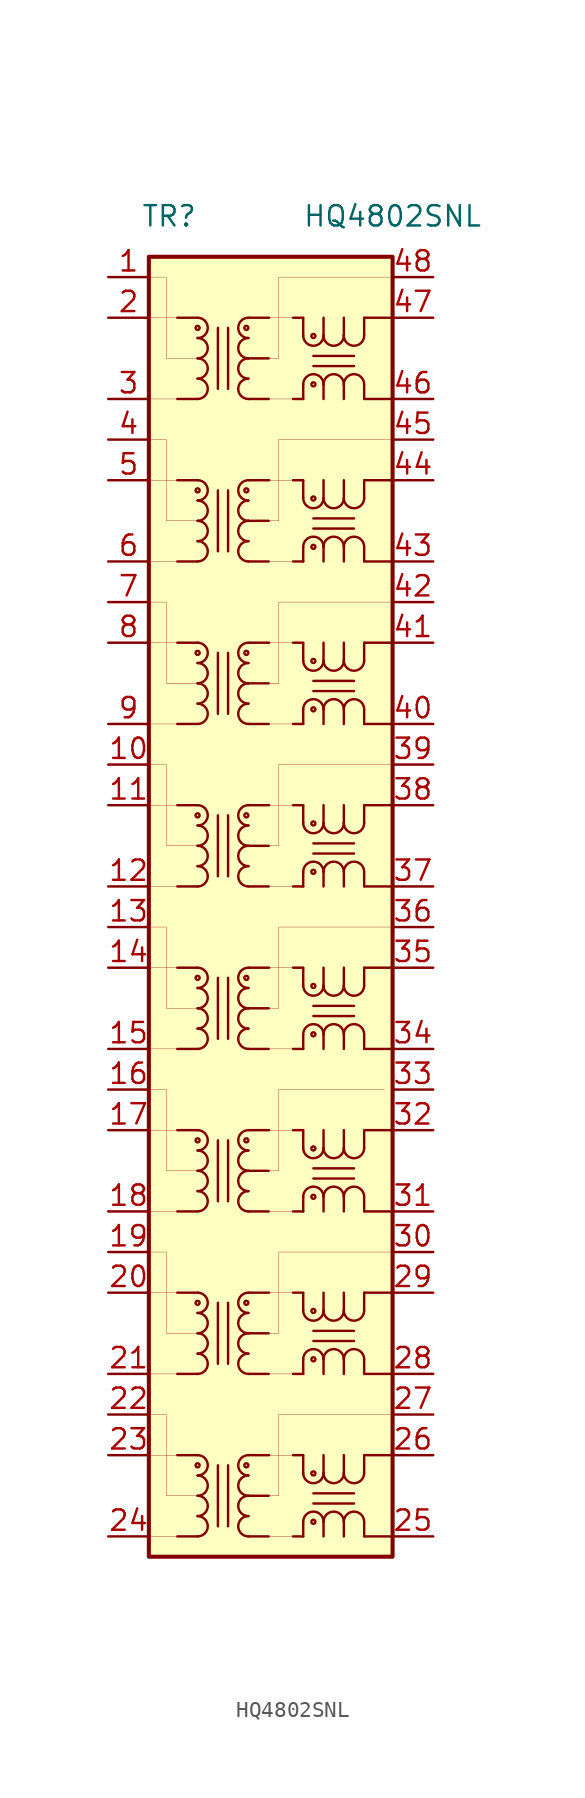
<source format=kicad_sym>
(kicad_symbol_lib
  (version 20201005)
  (generator kicad_symbol_editor)
  (symbol "CustomSymbols:HQ4802SNL"
    (pin_names hide)
    (property "Reference" "TR"
      (at -6.35 39.37 0)
      (effects (font (size 1.27 1.27))))
    (property "Value" "HQ4802SNL"
      (at 7.62 39.37 0)
      (effects (font (size 1.27 1.27))))
    (symbol "HQ4802SNL_0_0"
      (pin passive line (at 10.16 -43.18 180) (length 2.54) (name "TX8-" (effects (font (size 1.27 1.27)))) (number "25" (effects (font (size 1.27 1.27)))))
      (pin passive line (at 10.16 -38.1 180) (length 2.54) (name "TX8+" (effects (font (size 1.27 1.27)))) (number "26" (effects (font (size 1.27 1.27)))))
      (pin passive line (at 10.16 -35.56 180) (length 2.54) (name "CMT8" (effects (font (size 1.27 1.27)))) (number "27" (effects (font (size 1.27 1.27)))))
      (pin passive line (at 10.16 -33.02 180) (length 2.54) (name "TX7-" (effects (font (size 1.27 1.27)))) (number "28" (effects (font (size 1.27 1.27)))))
      (pin passive line (at 10.16 -27.94 180) (length 2.54) (name "TX7+" (effects (font (size 1.27 1.27)))) (number "29" (effects (font (size 1.27 1.27)))))
      (pin passive line (at 10.16 -25.4 180) (length 2.54) (name "CMT7" (effects (font (size 1.27 1.27)))) (number "30" (effects (font (size 1.27 1.27)))))
      (pin passive line (at 10.16 -22.86 180) (length 2.54) (name "TX6-" (effects (font (size 1.27 1.27)))) (number "31" (effects (font (size 1.27 1.27)))))
      (pin passive line (at 10.16 -17.78 180) (length 2.54) (name "TX6+" (effects (font (size 1.27 1.27)))) (number "32" (effects (font (size 1.27 1.27)))))
      (pin passive line (at 10.16 -15.24 180) (length 2.54) (name "CMT6" (effects (font (size 1.27 1.27)))) (number "33" (effects (font (size 1.27 1.27)))))
      (pin passive line (at 10.16 -12.7 180) (length 2.54) (name "TX5-" (effects (font (size 1.27 1.27)))) (number "34" (effects (font (size 1.27 1.27)))))
      (pin passive line (at 10.16 -7.62 180) (length 2.54) (name "TX5+" (effects (font (size 1.27 1.27)))) (number "35" (effects (font (size 1.27 1.27)))))
      (pin passive line (at 10.16 -5.08 180) (length 2.54) (name "CMT5" (effects (font (size 1.27 1.27)))) (number "36" (effects (font (size 1.27 1.27)))))
      (pin passive line (at 10.16 -2.54 180) (length 2.54) (name "TX4-" (effects (font (size 1.27 1.27)))) (number "37" (effects (font (size 1.27 1.27)))))
      (pin passive line (at 10.16 2.54 180) (length 2.54) (name "TX4+" (effects (font (size 1.27 1.27)))) (number "38" (effects (font (size 1.27 1.27)))))
      (pin passive line (at 10.16 5.08 180) (length 2.54) (name "CMT4" (effects (font (size 1.27 1.27)))) (number "39" (effects (font (size 1.27 1.27)))))
      (pin passive line (at 10.16 7.62 180) (length 2.54) (name "TX3-" (effects (font (size 1.27 1.27)))) (number "40" (effects (font (size 1.27 1.27)))))
      (pin passive line (at 10.16 12.7 180) (length 2.54) (name "TX3+" (effects (font (size 1.27 1.27)))) (number "41" (effects (font (size 1.27 1.27)))))
      (pin passive line (at 10.16 15.24 180) (length 2.54) (name "CMT3" (effects (font (size 1.27 1.27)))) (number "42" (effects (font (size 1.27 1.27)))))
      (pin passive line (at 10.16 17.78 180) (length 2.54) (name "TX2-" (effects (font (size 1.27 1.27)))) (number "43" (effects (font (size 1.27 1.27)))))
      (pin passive line (at 10.16 22.86 180) (length 2.54) (name "TX2+" (effects (font (size 1.27 1.27)))) (number "44" (effects (font (size 1.27 1.27)))))
      (pin passive line (at 10.16 25.4 180) (length 2.54) (name "CMT2" (effects (font (size 1.27 1.27)))) (number "45" (effects (font (size 1.27 1.27)))))
      (pin passive line (at 10.16 27.94 180) (length 2.54) (name "TX1-" (effects (font (size 1.27 1.27)))) (number "46" (effects (font (size 1.27 1.27)))))
      (pin passive line (at 10.16 33.02 180) (length 2.54) (name "TX1+" (effects (font (size 1.27 1.27)))) (number "47" (effects (font (size 1.27 1.27)))))
      (pin passive line (at 10.16 35.56 180) (length 2.54) (name "CMT1" (effects (font (size 1.27 1.27)))) (number "48" (effects (font (size 1.27 1.27))))))
    (symbol "HQ4802SNL_0_1"
      (rectangle (start -7.62 36.83) (end 7.62 -44.45) (stroke (width 0.254)) (fill (type background)))
      (polyline (pts (xy -7.62 -17.78) (xy -5.842 -17.78)) (stroke (width 0.001)) (fill (type none)))
      (polyline (pts (xy -7.62 -15.24) (xy -6.528 -15.24) (xy -6.528 -20.32) (xy -4.597 -20.32)) (stroke (width 0.001)) (fill (type none)))
      (polyline (pts (xy -7.62 -22.86) (xy -5.842 -22.86)) (stroke (width 0.001)) (fill (type none)))
      (polyline (pts (xy -0.127 -17.78) (xy 1.524 -17.78)) (stroke (width 0.001)) (fill (type none)))
      (polyline (pts (xy -0.127 -20.32) (xy 0.508 -20.32) (xy 0.508 -15.24)) (stroke (width 0.001)) (fill (type none)))
      (polyline (pts (xy 7.112 -15.24) (xy 0.508 -15.24)) (stroke (width 0.001)) (fill (type none)))
      (polyline (pts (xy -0.127 -22.86) (xy 1.397 -22.86)) (stroke (width 0.001)) (fill (type none)))
      (polyline (pts (xy -7.62 -27.94) (xy -5.842 -27.94)) (stroke (width 0.001)) (fill (type none)))
      (polyline (pts (xy -7.62 -25.4) (xy -6.528 -25.4) (xy -6.528 -30.48) (xy -4.597 -30.48)) (stroke (width 0.001)) (fill (type none)))
      (polyline (pts (xy -7.62 -33.02) (xy -5.842 -33.02)) (stroke (width 0.001)) (fill (type none)))
      (polyline (pts (xy -0.127 -27.94) (xy 1.524 -27.94)) (stroke (width 0.001)) (fill (type none)))
      (polyline (pts (xy -0.127 -30.48) (xy 0.508 -30.48) (xy 0.508 -25.4)) (stroke (width 0.001)) (fill (type none)))
      (polyline (pts (xy 7.62 -25.4) (xy 0.508 -25.4)) (stroke (width 0.001)) (fill (type none)))
      (polyline (pts (xy -0.127 -33.02) (xy 1.397 -33.02)) (stroke (width 0.001)) (fill (type none)))
      (polyline (pts (xy -7.62 -38.1) (xy -5.842 -38.1)) (stroke (width 0.001)) (fill (type none)))
      (polyline (pts (xy -7.62 -35.56) (xy -6.528 -35.56) (xy -6.528 -40.64) (xy -4.597 -40.64)) (stroke (width 0.001)) (fill (type none)))
      (polyline (pts (xy -7.62 -43.18) (xy -5.842 -43.18)) (stroke (width 0.001)) (fill (type none)))
      (polyline (pts (xy -0.127 -38.1) (xy 1.524 -38.1)) (stroke (width 0.001)) (fill (type none)))
      (polyline (pts (xy -0.127 -40.64) (xy 0.508 -40.64) (xy 0.508 -35.56)) (stroke (width 0.001)) (fill (type none)))
      (polyline (pts (xy 7.62 -35.56) (xy 0.508 -35.56)) (stroke (width 0.001)) (fill (type none)))
      (polyline (pts (xy -0.127 -43.18) (xy 1.397 -43.18)) (stroke (width 0.001)) (fill (type none)))
      (polyline (pts (xy -7.62 -7.62) (xy -5.842 -7.62)) (stroke (width 0.001)) (fill (type none)))
      (polyline (pts (xy -7.62 -5.08) (xy -6.528 -5.08) (xy -6.528 -10.16) (xy -4.597 -10.16)) (stroke (width 0.001)) (fill (type none)))
      (polyline (pts (xy -7.62 -12.7) (xy -5.842 -12.7)) (stroke (width 0.001)) (fill (type none)))
      (polyline (pts (xy -0.127 -7.62) (xy 1.524 -7.62)) (stroke (width 0.001)) (fill (type none)))
      (polyline (pts (xy -0.127 -10.16) (xy 0.508 -10.16) (xy 0.508 -5.08)) (stroke (width 0.001)) (fill (type none)))
      (polyline (pts (xy 7.62 -5.08) (xy 0.508 -5.08)) (stroke (width 0.001)) (fill (type none)))
      (polyline (pts (xy -0.127 -12.7) (xy 1.397 -12.7)) (stroke (width 0.001)) (fill (type none)))
      (polyline (pts (xy -7.62 33.02) (xy -5.842 33.02)) (stroke (width 0.001)) (fill (type none)))
      (polyline (pts (xy -7.62 35.56) (xy -6.528 35.56) (xy -6.528 30.48) (xy -4.597 30.48)) (stroke (width 0.001)) (fill (type none)))
      (polyline (pts (xy -7.62 27.94) (xy -5.842 27.94)) (stroke (width 0.001)) (fill (type none)))
      (polyline (pts (xy -0.127 33.02) (xy 1.524 33.02)) (stroke (width 0.001)) (fill (type none)))
      (polyline (pts (xy -0.127 30.48) (xy 0.508 30.48) (xy 0.508 35.56)) (stroke (width 0.001)) (fill (type none)))
      (polyline (pts (xy 7.62 35.56) (xy 0.508 35.56)) (stroke (width 0.001)) (fill (type none)))
      (polyline (pts (xy -0.127 27.94) (xy 1.397 27.94)) (stroke (width 0.001)) (fill (type none)))
      (polyline (pts (xy -7.62 22.86) (xy -5.842 22.86)) (stroke (width 0.001)) (fill (type none)))
      (polyline (pts (xy -7.62 25.4) (xy -6.528 25.4) (xy -6.528 20.32) (xy -4.597 20.32)) (stroke (width 0.001)) (fill (type none)))
      (polyline (pts (xy -7.62 17.78) (xy -5.842 17.78)) (stroke (width 0.001)) (fill (type none)))
      (polyline (pts (xy -0.127 22.86) (xy 1.524 22.86)) (stroke (width 0.001)) (fill (type none)))
      (polyline (pts (xy -0.127 20.32) (xy 0.508 20.32) (xy 0.508 25.4)) (stroke (width 0.001)) (fill (type none)))
      (polyline (pts (xy 7.62 25.4) (xy 0.508 25.4)) (stroke (width 0.001)) (fill (type none)))
      (polyline (pts (xy -0.127 17.78) (xy 1.397 17.78)) (stroke (width 0.001)) (fill (type none)))
      (polyline (pts (xy -7.62 12.7) (xy -5.842 12.7)) (stroke (width 0.001)) (fill (type none)))
      (polyline (pts (xy -7.62 15.24) (xy -6.528 15.24) (xy -6.528 10.16) (xy -4.597 10.16)) (stroke (width 0.001)) (fill (type none)))
      (polyline (pts (xy -7.62 7.62) (xy -5.842 7.62)) (stroke (width 0.001)) (fill (type none)))
      (polyline (pts (xy -0.127 12.7) (xy 1.524 12.7)) (stroke (width 0.001)) (fill (type none)))
      (polyline (pts (xy -0.127 10.16) (xy 0.508 10.16) (xy 0.508 15.24)) (stroke (width 0.001)) (fill (type none)))
      (polyline (pts (xy 7.62 15.24) (xy 0.508 15.24)) (stroke (width 0.001)) (fill (type none)))
      (polyline (pts (xy -0.127 7.62) (xy 1.397 7.62)) (stroke (width 0.001)) (fill (type none)))
      (polyline (pts (xy -7.62 2.54) (xy -5.842 2.54)) (stroke (width 0.001)) (fill (type none)))
      (polyline (pts (xy -7.62 5.08) (xy -6.528 5.08) (xy -6.528 0) (xy -4.597 0)) (stroke (width 0.001)) (fill (type none)))
      (polyline (pts (xy -7.62 -2.54) (xy -5.842 -2.54)) (stroke (width 0.001)) (fill (type none)))
      (polyline (pts (xy -0.127 2.54) (xy 1.524 2.54)) (stroke (width 0.001)) (fill (type none)))
      (polyline (pts (xy -0.127 0) (xy 0.508 0) (xy 0.508 5.08)) (stroke (width 0.001)) (fill (type none)))
      (polyline (pts (xy 7.62 5.08) (xy 0.508 5.08)) (stroke (width 0.001)) (fill (type none)))
      (polyline (pts (xy -0.127 -2.54) (xy 1.397 -2.54)) (stroke (width 0.001)) (fill (type none)))
      (pin passive line (at -10.16 35.56 0) (length 2.54) (name "TCT1" (effects (font (size 1.27 1.27)))) (number "1" (effects (font (size 1.27 1.27)))))
      (pin passive line (at -10.16 5.08 0) (length 2.54) (name "TCT4" (effects (font (size 1.27 1.27)))) (number "10" (effects (font (size 1.27 1.27)))))
      (pin passive line (at -10.16 2.54 0) (length 2.54) (name "TD4+" (effects (font (size 1.27 1.27)))) (number "11" (effects (font (size 1.27 1.27)))))
      (pin passive line (at -10.16 -2.54 0) (length 2.54) (name "TD4-" (effects (font (size 1.27 1.27)))) (number "12" (effects (font (size 1.27 1.27)))))
      (pin passive line (at -10.16 -5.08 0) (length 2.54) (name "TCT5" (effects (font (size 1.27 1.27)))) (number "13" (effects (font (size 1.27 1.27)))))
      (pin passive line (at -10.16 -7.62 0) (length 2.54) (name "TD5+" (effects (font (size 1.27 1.27)))) (number "14" (effects (font (size 1.27 1.27)))))
      (pin passive line (at -10.16 -12.7 0) (length 2.54) (name "TD5-" (effects (font (size 1.27 1.27)))) (number "15" (effects (font (size 1.27 1.27)))))
      (pin passive line (at -10.16 -15.24 0) (length 2.54) (name "TCT6" (effects (font (size 1.27 1.27)))) (number "16" (effects (font (size 1.27 1.27)))))
      (pin passive line (at -10.16 -17.78 0) (length 2.54) (name "TD6+" (effects (font (size 1.27 1.27)))) (number "17" (effects (font (size 1.27 1.27)))))
      (pin passive line (at -10.16 -22.86 0) (length 2.54) (name "TD6-" (effects (font (size 1.27 1.27)))) (number "18" (effects (font (size 1.27 1.27)))))
      (pin passive line (at -10.16 -25.4 0) (length 2.54) (name "TCT7" (effects (font (size 1.27 1.27)))) (number "19" (effects (font (size 1.27 1.27)))))
      (pin passive line (at -10.16 33.02 0) (length 2.54) (name "TD1+" (effects (font (size 1.27 1.27)))) (number "2" (effects (font (size 1.27 1.27)))))
      (pin passive line (at -10.16 -27.94 0) (length 2.54) (name "TD7+" (effects (font (size 1.27 1.27)))) (number "20" (effects (font (size 1.27 1.27)))))
      (pin passive line (at -10.16 -33.02 0) (length 2.54) (name "TD7-" (effects (font (size 1.27 1.27)))) (number "21" (effects (font (size 1.27 1.27)))))
      (pin passive line (at -10.16 -35.56 0) (length 2.54) (name "TCT8" (effects (font (size 1.27 1.27)))) (number "22" (effects (font (size 1.27 1.27)))))
      (pin passive line (at -10.16 -38.1 0) (length 2.54) (name "TD8+" (effects (font (size 1.27 1.27)))) (number "23" (effects (font (size 1.27 1.27)))))
      (pin passive line (at -10.16 -43.18 0) (length 2.54) (name "TD8-" (effects (font (size 1.27 1.27)))) (number "24" (effects (font (size 1.27 1.27)))))
      (pin passive line (at -10.16 27.94 0) (length 2.54) (name "TD1-" (effects (font (size 1.27 1.27)))) (number "3" (effects (font (size 1.27 1.27)))))
      (pin passive line (at -10.16 25.4 0) (length 2.54) (name "TCT2" (effects (font (size 1.27 1.27)))) (number "4" (effects (font (size 1.27 1.27)))))
      (pin passive line (at -10.16 22.86 0) (length 2.54) (name "TD2+" (effects (font (size 1.27 1.27)))) (number "5" (effects (font (size 1.27 1.27)))))
      (pin passive line (at -10.16 17.78 0) (length 2.54) (name "TD2-" (effects (font (size 1.27 1.27)))) (number "6" (effects (font (size 1.27 1.27)))))
      (pin passive line (at -10.16 15.24 0) (length 2.54) (name "TCT3" (effects (font (size 1.27 1.27)))) (number "7" (effects (font (size 1.27 1.27)))))
      (pin passive line (at -10.16 12.7 0) (length 2.54) (name "TD3+" (effects (font (size 1.27 1.27)))) (number "8" (effects (font (size 1.27 1.27)))))
      (pin passive line (at -10.16 7.62 0) (length 2.54) (name "TD3-" (effects (font (size 1.27 1.27)))) (number "9" (effects (font (size 1.27 1.27))))))
    (symbol "HQ4802SNL_1_1"
      (arc (start -1.397 -17.78) (end -1.397 -19.05) (radius (at -1.397 -18.415) (length 0.635) (angles 90.1 -90.1)) (stroke (width 0)) (fill (type none)))
      (arc (start -1.397 -19.05) (end -1.397 -20.32) (radius (at -1.397 -19.685) (length 0.635) (angles 90.1 -90.1)) (stroke (width 0)) (fill (type none)))
      (arc (start -1.397 -20.32) (end -1.397 -21.59) (radius (at -1.397 -20.955) (length 0.635) (angles 90.1 -90.1)) (stroke (width 0)) (fill (type none)))
      (arc (start -1.397 -21.59) (end -1.397 -22.86) (radius (at -1.397 -22.225) (length 0.635) (angles 90.1 -90.1)) (stroke (width 0)) (fill (type none)))
      (arc (start -4.572 -19.05) (end -4.572 -17.78) (radius (at -4.572 -18.415) (length 0.635) (angles -89.9 89.9)) (stroke (width 0)) (fill (type none)))
      (arc (start -4.572 -20.32) (end -4.572 -19.05) (radius (at -4.572 -19.685) (length 0.635) (angles -89.9 89.9)) (stroke (width 0)) (fill (type none)))
      (arc (start -4.572 -21.59) (end -4.572 -20.32) (radius (at -4.572 -20.955) (length 0.635) (angles -89.9 89.9)) (stroke (width 0)) (fill (type none)))
      (arc (start -4.572 -22.86) (end -4.572 -21.59) (radius (at -4.572 -22.225) (length 0.635) (angles -89.9 89.9)) (stroke (width 0)) (fill (type none)))
      (arc (start 4.572 -18.8976) (end 5.842 -18.8976) (radius (at 5.207 -18.8976) (length 0.635) (angles -179.9 -0.1)) (stroke (width 0)) (fill (type none)))
      (arc (start 3.302 -21.9456) (end 2.032 -21.9456) (radius (at 2.667 -21.9456) (length 0.635) (angles 0.1 179.9)) (stroke (width 0)) (fill (type none)))
      (arc (start 3.302 -18.8976) (end 4.572 -18.8976) (radius (at 3.937 -18.8976) (length 0.635) (angles -179.9 -0.1)) (stroke (width 0)) (fill (type none)))
      (arc (start 4.572 -21.9456) (end 3.302 -21.9456) (radius (at 3.937 -21.9456) (length 0.635) (angles 0.1 179.9)) (stroke (width 0)) (fill (type none)))
      (arc (start 2.032 -18.8976) (end 3.302 -18.8976) (radius (at 2.667 -18.8976) (length 0.635) (angles -179.9 -0.1)) (stroke (width 0)) (fill (type none)))
      (arc (start 5.842 -21.9456) (end 4.572 -21.9456) (radius (at 5.207 -21.9456) (length 0.635) (angles 0.1 179.9)) (stroke (width 0)) (fill (type none)))
      (arc (start -1.397 -27.94) (end -1.397 -29.21) (radius (at -1.397 -28.575) (length 0.635) (angles 90.1 -90.1)) (stroke (width 0)) (fill (type none)))
      (arc (start -1.397 -29.21) (end -1.397 -30.48) (radius (at -1.397 -29.845) (length 0.635) (angles 90.1 -90.1)) (stroke (width 0)) (fill (type none)))
      (arc (start -1.397 -30.48) (end -1.397 -31.75) (radius (at -1.397 -31.115) (length 0.635) (angles 90.1 -90.1)) (stroke (width 0)) (fill (type none)))
      (arc (start -1.397 -31.75) (end -1.397 -33.02) (radius (at -1.397 -32.385) (length 0.635) (angles 90.1 -90.1)) (stroke (width 0)) (fill (type none)))
      (arc (start -4.572 -29.21) (end -4.572 -27.94) (radius (at -4.572 -28.575) (length 0.635) (angles -89.9 89.9)) (stroke (width 0)) (fill (type none)))
      (arc (start -4.572 -30.48) (end -4.572 -29.21) (radius (at -4.572 -29.845) (length 0.635) (angles -89.9 89.9)) (stroke (width 0)) (fill (type none)))
      (arc (start -4.572 -31.75) (end -4.572 -30.48) (radius (at -4.572 -31.115) (length 0.635) (angles -89.9 89.9)) (stroke (width 0)) (fill (type none)))
      (arc (start -4.572 -33.02) (end -4.572 -31.75) (radius (at -4.572 -32.385) (length 0.635) (angles -89.9 89.9)) (stroke (width 0)) (fill (type none)))
      (arc (start 4.572 -29.0576) (end 5.842 -29.0576) (radius (at 5.207 -29.0576) (length 0.635) (angles -179.9 -0.1)) (stroke (width 0)) (fill (type none)))
      (arc (start 3.302 -32.1056) (end 2.032 -32.1056) (radius (at 2.667 -32.1056) (length 0.635) (angles 0.1 179.9)) (stroke (width 0)) (fill (type none)))
      (arc (start 3.302 -29.0576) (end 4.572 -29.0576) (radius (at 3.937 -29.0576) (length 0.635) (angles -179.9 -0.1)) (stroke (width 0)) (fill (type none)))
      (arc (start 4.572 -32.1056) (end 3.302 -32.1056) (radius (at 3.937 -32.1056) (length 0.635) (angles 0.1 179.9)) (stroke (width 0)) (fill (type none)))
      (arc (start 2.032 -29.0576) (end 3.302 -29.0576) (radius (at 2.667 -29.0576) (length 0.635) (angles -179.9 -0.1)) (stroke (width 0)) (fill (type none)))
      (arc (start 5.842 -32.1056) (end 4.572 -32.1056) (radius (at 5.207 -32.1056) (length 0.635) (angles 0.1 179.9)) (stroke (width 0)) (fill (type none)))
      (arc (start -1.397 -38.1) (end -1.397 -39.37) (radius (at -1.397 -38.735) (length 0.635) (angles 90.1 -90.1)) (stroke (width 0)) (fill (type none)))
      (arc (start -1.397 -39.37) (end -1.397 -40.64) (radius (at -1.397 -40.005) (length 0.635) (angles 90.1 -90.1)) (stroke (width 0)) (fill (type none)))
      (arc (start -1.397 -40.64) (end -1.397 -41.91) (radius (at -1.397 -41.275) (length 0.635) (angles 90.1 -90.1)) (stroke (width 0)) (fill (type none)))
      (arc (start -1.397 -41.91) (end -1.397 -43.18) (radius (at -1.397 -42.545) (length 0.635) (angles 90.1 -90.1)) (stroke (width 0)) (fill (type none)))
      (arc (start -4.572 -39.37) (end -4.572 -38.1) (radius (at -4.572 -38.735) (length 0.635) (angles -89.9 89.9)) (stroke (width 0)) (fill (type none)))
      (arc (start -4.572 -40.64) (end -4.572 -39.37) (radius (at -4.572 -40.005) (length 0.635) (angles -89.9 89.9)) (stroke (width 0)) (fill (type none)))
      (arc (start -4.572 -41.91) (end -4.572 -40.64) (radius (at -4.572 -41.275) (length 0.635) (angles -89.9 89.9)) (stroke (width 0)) (fill (type none)))
      (arc (start -4.572 -43.18) (end -4.572 -41.91) (radius (at -4.572 -42.545) (length 0.635) (angles -89.9 89.9)) (stroke (width 0)) (fill (type none)))
      (arc (start 4.572 -39.2176) (end 5.842 -39.2176) (radius (at 5.207 -39.2176) (length 0.635) (angles -179.9 -0.1)) (stroke (width 0)) (fill (type none)))
      (arc (start 3.302 -42.2656) (end 2.032 -42.2656) (radius (at 2.667 -42.2656) (length 0.635) (angles 0.1 179.9)) (stroke (width 0)) (fill (type none)))
      (arc (start 3.302 -39.2176) (end 4.572 -39.2176) (radius (at 3.937 -39.2176) (length 0.635) (angles -179.9 -0.1)) (stroke (width 0)) (fill (type none)))
      (arc (start 4.572 -42.2656) (end 3.302 -42.2656) (radius (at 3.937 -42.2656) (length 0.635) (angles 0.1 179.9)) (stroke (width 0)) (fill (type none)))
      (arc (start 2.032 -39.2176) (end 3.302 -39.2176) (radius (at 2.667 -39.2176) (length 0.635) (angles -179.9 -0.1)) (stroke (width 0)) (fill (type none)))
      (arc (start 5.842 -42.2656) (end 4.572 -42.2656) (radius (at 5.207 -42.2656) (length 0.635) (angles 0.1 179.9)) (stroke (width 0)) (fill (type none)))
      (arc (start -1.397 -7.62) (end -1.397 -8.89) (radius (at -1.397 -8.255) (length 0.635) (angles 90.1 -90.1)) (stroke (width 0)) (fill (type none)))
      (arc (start -1.397 -8.89) (end -1.397 -10.16) (radius (at -1.397 -9.525) (length 0.635) (angles 90.1 -90.1)) (stroke (width 0)) (fill (type none)))
      (arc (start -1.397 -10.16) (end -1.397 -11.43) (radius (at -1.397 -10.795) (length 0.635) (angles 90.1 -90.1)) (stroke (width 0)) (fill (type none)))
      (arc (start -1.397 -11.43) (end -1.397 -12.7) (radius (at -1.397 -12.065) (length 0.635) (angles 90.1 -90.1)) (stroke (width 0)) (fill (type none)))
      (arc (start -4.572 -8.89) (end -4.572 -7.62) (radius (at -4.572 -8.255) (length 0.635) (angles -89.9 89.9)) (stroke (width 0)) (fill (type none)))
      (arc (start -4.572 -10.16) (end -4.572 -8.89) (radius (at -4.572 -9.525) (length 0.635) (angles -89.9 89.9)) (stroke (width 0)) (fill (type none)))
      (arc (start -4.572 -11.43) (end -4.572 -10.16) (radius (at -4.572 -10.795) (length 0.635) (angles -89.9 89.9)) (stroke (width 0)) (fill (type none)))
      (arc (start -4.572 -12.7) (end -4.572 -11.43) (radius (at -4.572 -12.065) (length 0.635) (angles -89.9 89.9)) (stroke (width 0)) (fill (type none)))
      (arc (start 4.572 -8.7376) (end 5.842 -8.7376) (radius (at 5.207 -8.7376) (length 0.635) (angles -179.9 -0.1)) (stroke (width 0)) (fill (type none)))
      (arc (start 3.302 -11.7856) (end 2.032 -11.7856) (radius (at 2.667 -11.7856) (length 0.635) (angles 0.1 179.9)) (stroke (width 0)) (fill (type none)))
      (arc (start 3.302 -8.7376) (end 4.572 -8.7376) (radius (at 3.937 -8.7376) (length 0.635) (angles -179.9 -0.1)) (stroke (width 0)) (fill (type none)))
      (arc (start 4.572 -11.7856) (end 3.302 -11.7856) (radius (at 3.937 -11.7856) (length 0.635) (angles 0.1 179.9)) (stroke (width 0)) (fill (type none)))
      (arc (start 2.032 -8.7376) (end 3.302 -8.7376) (radius (at 2.667 -8.7376) (length 0.635) (angles -179.9 -0.1)) (stroke (width 0)) (fill (type none)))
      (arc (start 5.842 -11.7856) (end 4.572 -11.7856) (radius (at 5.207 -11.7856) (length 0.635) (angles 0.1 179.9)) (stroke (width 0)) (fill (type none)))
      (arc (start -1.397 33.02) (end -1.397 31.75) (radius (at -1.397 32.385) (length 0.635) (angles 90.1 -90.1)) (stroke (width 0)) (fill (type none)))
      (arc (start -1.397 31.75) (end -1.397 30.48) (radius (at -1.397 31.115) (length 0.635) (angles 90.1 -90.1)) (stroke (width 0)) (fill (type none)))
      (arc (start -1.397 30.48) (end -1.397 29.21) (radius (at -1.397 29.845) (length 0.635) (angles 90.1 -90.1)) (stroke (width 0)) (fill (type none)))
      (arc (start -1.397 29.21) (end -1.397 27.94) (radius (at -1.397 28.575) (length 0.635) (angles 90.1 -90.1)) (stroke (width 0)) (fill (type none)))
      (arc (start -4.572 31.75) (end -4.572 33.02) (radius (at -4.572 32.385) (length 0.635) (angles -89.9 89.9)) (stroke (width 0)) (fill (type none)))
      (arc (start -4.572 30.48) (end -4.572 31.75) (radius (at -4.572 31.115) (length 0.635) (angles -89.9 89.9)) (stroke (width 0)) (fill (type none)))
      (arc (start -4.572 29.21) (end -4.572 30.48) (radius (at -4.572 29.845) (length 0.635) (angles -89.9 89.9)) (stroke (width 0)) (fill (type none)))
      (arc (start -4.572 27.94) (end -4.572 29.21) (radius (at -4.572 28.575) (length 0.635) (angles -89.9 89.9)) (stroke (width 0)) (fill (type none)))
      (arc (start 4.572 31.9024) (end 5.842 31.9024) (radius (at 5.207 31.9024) (length 0.635) (angles -179.9 -0.1)) (stroke (width 0)) (fill (type none)))
      (arc (start 3.302 28.8544) (end 2.032 28.8544) (radius (at 2.667 28.8544) (length 0.635) (angles 0.1 179.9)) (stroke (width 0)) (fill (type none)))
      (arc (start 3.302 31.9024) (end 4.572 31.9024) (radius (at 3.937 31.9024) (length 0.635) (angles -179.9 -0.1)) (stroke (width 0)) (fill (type none)))
      (arc (start 4.572 28.8544) (end 3.302 28.8544) (radius (at 3.937 28.8544) (length 0.635) (angles 0.1 179.9)) (stroke (width 0)) (fill (type none)))
      (arc (start 2.032 31.9024) (end 3.302 31.9024) (radius (at 2.667 31.9024) (length 0.635) (angles -179.9 -0.1)) (stroke (width 0)) (fill (type none)))
      (arc (start 5.842 28.8544) (end 4.572 28.8544) (radius (at 5.207 28.8544) (length 0.635) (angles 0.1 179.9)) (stroke (width 0)) (fill (type none)))
      (arc (start -1.397 22.86) (end -1.397 21.59) (radius (at -1.397 22.225) (length 0.635) (angles 90.1 -90.1)) (stroke (width 0)) (fill (type none)))
      (arc (start -1.397 21.59) (end -1.397 20.32) (radius (at -1.397 20.955) (length 0.635) (angles 90.1 -90.1)) (stroke (width 0)) (fill (type none)))
      (arc (start -1.397 20.32) (end -1.397 19.05) (radius (at -1.397 19.685) (length 0.635) (angles 90.1 -90.1)) (stroke (width 0)) (fill (type none)))
      (arc (start -1.397 19.05) (end -1.397 17.78) (radius (at -1.397 18.415) (length 0.635) (angles 90.1 -90.1)) (stroke (width 0)) (fill (type none)))
      (arc (start -4.572 21.59) (end -4.572 22.86) (radius (at -4.572 22.225) (length 0.635) (angles -89.9 89.9)) (stroke (width 0)) (fill (type none)))
      (arc (start -4.572 20.32) (end -4.572 21.59) (radius (at -4.572 20.955) (length 0.635) (angles -89.9 89.9)) (stroke (width 0)) (fill (type none)))
      (arc (start -4.572 19.05) (end -4.572 20.32) (radius (at -4.572 19.685) (length 0.635) (angles -89.9 89.9)) (stroke (width 0)) (fill (type none)))
      (arc (start -4.572 17.78) (end -4.572 19.05) (radius (at -4.572 18.415) (length 0.635) (angles -89.9 89.9)) (stroke (width 0)) (fill (type none)))
      (arc (start 4.572 21.7424) (end 5.842 21.7424) (radius (at 5.207 21.7424) (length 0.635) (angles -179.9 -0.1)) (stroke (width 0)) (fill (type none)))
      (arc (start 3.302 18.6944) (end 2.032 18.6944) (radius (at 2.667 18.6944) (length 0.635) (angles 0.1 179.9)) (stroke (width 0)) (fill (type none)))
      (arc (start 3.302 21.7424) (end 4.572 21.7424) (radius (at 3.937 21.7424) (length 0.635) (angles -179.9 -0.1)) (stroke (width 0)) (fill (type none)))
      (arc (start 4.572 18.6944) (end 3.302 18.6944) (radius (at 3.937 18.6944) (length 0.635) (angles 0.1 179.9)) (stroke (width 0)) (fill (type none)))
      (arc (start 2.032 21.7424) (end 3.302 21.7424) (radius (at 2.667 21.7424) (length 0.635) (angles -179.9 -0.1)) (stroke (width 0)) (fill (type none)))
      (arc (start 5.842 18.6944) (end 4.572 18.6944) (radius (at 5.207 18.6944) (length 0.635) (angles 0.1 179.9)) (stroke (width 0)) (fill (type none)))
      (arc (start -1.397 12.7) (end -1.397 11.43) (radius (at -1.397 12.065) (length 0.635) (angles 90.1 -90.1)) (stroke (width 0)) (fill (type none)))
      (arc (start -1.397 11.43) (end -1.397 10.16) (radius (at -1.397 10.795) (length 0.635) (angles 90.1 -90.1)) (stroke (width 0)) (fill (type none)))
      (arc (start -1.397 10.16) (end -1.397 8.89) (radius (at -1.397 9.525) (length 0.635) (angles 90.1 -90.1)) (stroke (width 0)) (fill (type none)))
      (arc (start -1.397 8.89) (end -1.397 7.62) (radius (at -1.397 8.255) (length 0.635) (angles 90.1 -90.1)) (stroke (width 0)) (fill (type none)))
      (arc (start -4.572 11.43) (end -4.572 12.7) (radius (at -4.572 12.065) (length 0.635) (angles -89.9 89.9)) (stroke (width 0)) (fill (type none)))
      (arc (start -4.572 10.16) (end -4.572 11.43) (radius (at -4.572 10.795) (length 0.635) (angles -89.9 89.9)) (stroke (width 0)) (fill (type none)))
      (arc (start -4.572 8.89) (end -4.572 10.16) (radius (at -4.572 9.525) (length 0.635) (angles -89.9 89.9)) (stroke (width 0)) (fill (type none)))
      (arc (start -4.572 7.62) (end -4.572 8.89) (radius (at -4.572 8.255) (length 0.635) (angles -89.9 89.9)) (stroke (width 0)) (fill (type none)))
      (arc (start 4.572 11.5824) (end 5.842 11.5824) (radius (at 5.207 11.5824) (length 0.635) (angles -179.9 -0.1)) (stroke (width 0)) (fill (type none)))
      (arc (start 3.302 8.5344) (end 2.032 8.5344) (radius (at 2.667 8.5344) (length 0.635) (angles 0.1 179.9)) (stroke (width 0)) (fill (type none)))
      (arc (start 3.302 11.5824) (end 4.572 11.5824) (radius (at 3.937 11.5824) (length 0.635) (angles -179.9 -0.1)) (stroke (width 0)) (fill (type none)))
      (arc (start 4.572 8.5344) (end 3.302 8.5344) (radius (at 3.937 8.5344) (length 0.635) (angles 0.1 179.9)) (stroke (width 0)) (fill (type none)))
      (arc (start 2.032 11.5824) (end 3.302 11.5824) (radius (at 2.667 11.5824) (length 0.635) (angles -179.9 -0.1)) (stroke (width 0)) (fill (type none)))
      (arc (start 5.842 8.5344) (end 4.572 8.5344) (radius (at 5.207 8.5344) (length 0.635) (angles 0.1 179.9)) (stroke (width 0)) (fill (type none)))
      (arc (start -1.397 2.54) (end -1.397 1.27) (radius (at -1.397 1.905) (length 0.635) (angles 90.1 -90.1)) (stroke (width 0)) (fill (type none)))
      (arc (start -1.397 1.27) (end -1.397 0) (radius (at -1.397 0.635) (length 0.635) (angles 90.1 -90.1)) (stroke (width 0)) (fill (type none)))
      (arc (start -1.397 0) (end -1.397 -1.27) (radius (at -1.397 -0.635) (length 0.635) (angles 90.1 -90.1)) (stroke (width 0)) (fill (type none)))
      (arc (start -1.397 -1.27) (end -1.397 -2.54) (radius (at -1.397 -1.905) (length 0.635) (angles 90.1 -90.1)) (stroke (width 0)) (fill (type none)))
      (arc (start -4.572 1.27) (end -4.572 2.54) (radius (at -4.572 1.905) (length 0.635) (angles -89.9 89.9)) (stroke (width 0)) (fill (type none)))
      (arc (start -4.572 0) (end -4.572 1.27) (radius (at -4.572 0.635) (length 0.635) (angles -89.9 89.9)) (stroke (width 0)) (fill (type none)))
      (arc (start -4.572 -1.27) (end -4.572 0) (radius (at -4.572 -0.635) (length 0.635) (angles -89.9 89.9)) (stroke (width 0)) (fill (type none)))
      (arc (start -4.572 -2.54) (end -4.572 -1.27) (radius (at -4.572 -1.905) (length 0.635) (angles -89.9 89.9)) (stroke (width 0)) (fill (type none)))
      (arc (start 4.572 1.4224) (end 5.842 1.4224) (radius (at 5.207 1.4224) (length 0.635) (angles -179.9 -0.1)) (stroke (width 0)) (fill (type none)))
      (arc (start 3.302 -1.6256) (end 2.032 -1.6256) (radius (at 2.667 -1.6256) (length 0.635) (angles 0.1 179.9)) (stroke (width 0)) (fill (type none)))
      (arc (start 3.302 1.4224) (end 4.572 1.4224) (radius (at 3.937 1.4224) (length 0.635) (angles -179.9 -0.1)) (stroke (width 0)) (fill (type none)))
      (arc (start 4.572 -1.6256) (end 3.302 -1.6256) (radius (at 3.937 -1.6256) (length 0.635) (angles 0.1 179.9)) (stroke (width 0)) (fill (type none)))
      (arc (start 2.032 1.4224) (end 3.302 1.4224) (radius (at 2.667 1.4224) (length 0.635) (angles -179.9 -0.1)) (stroke (width 0)) (fill (type none)))
      (arc (start 5.842 -1.6256) (end 4.572 -1.6256) (radius (at 5.207 -1.6256) (length 0.635) (angles 0.1 179.9)) (stroke (width 0)) (fill (type none)))
      (circle (center -1.524 -18.415) (radius 0.127) (stroke (width 0)) (fill (type none)))
      (circle (center -4.572 -18.415) (radius 0.127) (stroke (width 0)) (fill (type none)))
      (circle (center 2.667 -18.923) (radius 0.127) (stroke (width 0)) (fill (type none)))
      (circle (center 2.667 -21.946) (radius 0.127) (stroke (width 0)) (fill (type none)))
      (circle (center -1.524 -28.575) (radius 0.127) (stroke (width 0)) (fill (type none)))
      (circle (center -4.572 -28.575) (radius 0.127) (stroke (width 0)) (fill (type none)))
      (circle (center 2.667 -29.083) (radius 0.127) (stroke (width 0)) (fill (type none)))
      (circle (center 2.667 -32.106) (radius 0.127) (stroke (width 0)) (fill (type none)))
      (circle (center -1.524 -38.735) (radius 0.127) (stroke (width 0)) (fill (type none)))
      (circle (center -4.572 -38.735) (radius 0.127) (stroke (width 0)) (fill (type none)))
      (circle (center 2.667 -39.243) (radius 0.127) (stroke (width 0)) (fill (type none)))
      (circle (center 2.667 -42.266) (radius 0.127) (stroke (width 0)) (fill (type none)))
      (circle (center -1.524 -8.255) (radius 0.127) (stroke (width 0)) (fill (type none)))
      (circle (center -4.572 -8.255) (radius 0.127) (stroke (width 0)) (fill (type none)))
      (circle (center 2.667 -8.763) (radius 0.127) (stroke (width 0)) (fill (type none)))
      (circle (center 2.667 -11.786) (radius 0.127) (stroke (width 0)) (fill (type none)))
      (circle (center -1.524 32.385) (radius 0.127) (stroke (width 0)) (fill (type none)))
      (circle (center -4.572 32.385) (radius 0.127) (stroke (width 0)) (fill (type none)))
      (circle (center 2.667 31.877) (radius 0.127) (stroke (width 0)) (fill (type none)))
      (circle (center 2.667 28.854) (radius 0.127) (stroke (width 0)) (fill (type none)))
      (circle (center -1.524 22.225) (radius 0.127) (stroke (width 0)) (fill (type none)))
      (circle (center -4.572 22.225) (radius 0.127) (stroke (width 0)) (fill (type none)))
      (circle (center 2.667 21.717) (radius 0.127) (stroke (width 0)) (fill (type none)))
      (circle (center 2.667 18.694) (radius 0.127) (stroke (width 0)) (fill (type none)))
      (circle (center -1.524 12.065) (radius 0.127) (stroke (width 0)) (fill (type none)))
      (circle (center -4.572 12.065) (radius 0.127) (stroke (width 0)) (fill (type none)))
      (circle (center 2.667 11.557) (radius 0.127) (stroke (width 0)) (fill (type none)))
      (circle (center 2.667 8.534) (radius 0.127) (stroke (width 0)) (fill (type none)))
      (circle (center -1.524 1.905) (radius 0.127) (stroke (width 0)) (fill (type none)))
      (circle (center -4.572 1.905) (radius 0.127) (stroke (width 0)) (fill (type none)))
      (circle (center 2.667 1.397) (radius 0.127) (stroke (width 0)) (fill (type none)))
      (circle (center 2.667 -1.626) (radius 0.127) (stroke (width 0)) (fill (type none)))
      (polyline (pts (xy -2.667 -22.225) (xy -2.667 -18.415)) (stroke (width 0)) (fill (type none)))
      (polyline (pts (xy -3.302 -22.225) (xy -3.302 -18.415)) (stroke (width 0)) (fill (type none)))
      (polyline (pts (xy -5.842 -17.78) (xy -4.572 -17.78)) (stroke (width 0)) (fill (type none)))
      (polyline (pts (xy -5.842 -22.86) (xy -4.572 -22.86)) (stroke (width 0)) (fill (type none)))
      (polyline (pts (xy -1.372 -17.78) (xy -0.102 -17.78)) (stroke (width 0)) (fill (type none)))
      (polyline (pts (xy -1.397 -20.32) (xy -0.127 -20.32)) (stroke (width 0)) (fill (type none)))
      (polyline (pts (xy -1.397 -22.86) (xy -0.127 -22.86)) (stroke (width 0)) (fill (type none)))
      (polyline (pts (xy 5.207 -20.168) (xy 2.667 -20.168)) (stroke (width 0)) (fill (type none)))
      (polyline (pts (xy 5.207 -20.803) (xy 2.667 -20.803)) (stroke (width 0)) (fill (type none)))
      (polyline (pts (xy 2.032 -18.898) (xy 2.032 -17.805)) (stroke (width 0)) (fill (type none)))
      (polyline (pts (xy 2.032 -22.86) (xy 2.032 -21.971)) (stroke (width 0)) (fill (type none)))
      (polyline (pts (xy 3.302 -22.86) (xy 3.302 -21.971)) (stroke (width 0)) (fill (type none)))
      (polyline (pts (xy 4.572 -22.86) (xy 4.572 -21.971)) (stroke (width 0)) (fill (type none)))
      (polyline (pts (xy 5.842 -22.86) (xy 5.842 -21.971)) (stroke (width 0)) (fill (type none)))
      (polyline (pts (xy 3.302 -18.898) (xy 3.302 -17.78)) (stroke (width 0)) (fill (type none)))
      (polyline (pts (xy 4.572 -18.898) (xy 4.572 -17.78)) (stroke (width 0)) (fill (type none)))
      (polyline (pts (xy 5.842 -18.898) (xy 5.842 -17.78)) (stroke (width 0)) (fill (type none)))
      (polyline (pts (xy 5.867 -17.78) (xy 7.62 -17.78)) (stroke (width 0)) (fill (type none)))
      (polyline (pts (xy 5.867 -22.86) (xy 7.62 -22.86)) (stroke (width 0)) (fill (type none)))
      (polyline (pts (xy 1.397 -22.86) (xy 2.032 -22.86)) (stroke (width 0)) (fill (type none)))
      (polyline (pts (xy 1.397 -17.78) (xy 2.032 -17.78)) (stroke (width 0)) (fill (type none)))
      (polyline (pts (xy -2.667 -32.385) (xy -2.667 -28.575)) (stroke (width 0)) (fill (type none)))
      (polyline (pts (xy -3.302 -32.385) (xy -3.302 -28.575)) (stroke (width 0)) (fill (type none)))
      (polyline (pts (xy -5.842 -27.94) (xy -4.572 -27.94)) (stroke (width 0)) (fill (type none)))
      (polyline (pts (xy -5.842 -33.02) (xy -4.572 -33.02)) (stroke (width 0)) (fill (type none)))
      (polyline (pts (xy -1.372 -27.94) (xy -0.102 -27.94)) (stroke (width 0)) (fill (type none)))
      (polyline (pts (xy -1.397 -30.48) (xy -0.127 -30.48)) (stroke (width 0)) (fill (type none)))
      (polyline (pts (xy -1.397 -33.02) (xy -0.127 -33.02)) (stroke (width 0)) (fill (type none)))
      (polyline (pts (xy 5.207 -30.328) (xy 2.667 -30.328)) (stroke (width 0)) (fill (type none)))
      (polyline (pts (xy 5.207 -30.963) (xy 2.667 -30.963)) (stroke (width 0)) (fill (type none)))
      (polyline (pts (xy 2.032 -29.058) (xy 2.032 -27.965)) (stroke (width 0)) (fill (type none)))
      (polyline (pts (xy 2.032 -33.02) (xy 2.032 -32.131)) (stroke (width 0)) (fill (type none)))
      (polyline (pts (xy 3.302 -33.02) (xy 3.302 -32.131)) (stroke (width 0)) (fill (type none)))
      (polyline (pts (xy 4.572 -33.02) (xy 4.572 -32.131)) (stroke (width 0)) (fill (type none)))
      (polyline (pts (xy 5.842 -33.02) (xy 5.842 -32.131)) (stroke (width 0)) (fill (type none)))
      (polyline (pts (xy 3.302 -29.058) (xy 3.302 -27.94)) (stroke (width 0)) (fill (type none)))
      (polyline (pts (xy 4.572 -29.058) (xy 4.572 -27.94)) (stroke (width 0)) (fill (type none)))
      (polyline (pts (xy 5.842 -29.058) (xy 5.842 -27.94)) (stroke (width 0)) (fill (type none)))
      (polyline (pts (xy 5.867 -27.94) (xy 7.62 -27.94)) (stroke (width 0)) (fill (type none)))
      (polyline (pts (xy 5.867 -33.02) (xy 7.62 -33.02)) (stroke (width 0)) (fill (type none)))
      (polyline (pts (xy 1.397 -33.02) (xy 2.032 -33.02)) (stroke (width 0)) (fill (type none)))
      (polyline (pts (xy 1.397 -27.94) (xy 2.032 -27.94)) (stroke (width 0)) (fill (type none)))
      (polyline (pts (xy -2.667 -42.545) (xy -2.667 -38.735)) (stroke (width 0)) (fill (type none)))
      (polyline (pts (xy -3.302 -42.545) (xy -3.302 -38.735)) (stroke (width 0)) (fill (type none)))
      (polyline (pts (xy -5.842 -38.1) (xy -4.572 -38.1)) (stroke (width 0)) (fill (type none)))
      (polyline (pts (xy -5.842 -43.18) (xy -4.572 -43.18)) (stroke (width 0)) (fill (type none)))
      (polyline (pts (xy -1.372 -38.1) (xy -0.102 -38.1)) (stroke (width 0)) (fill (type none)))
      (polyline (pts (xy -1.397 -40.64) (xy -0.127 -40.64)) (stroke (width 0)) (fill (type none)))
      (polyline (pts (xy -1.397 -43.18) (xy -0.127 -43.18)) (stroke (width 0)) (fill (type none)))
      (polyline (pts (xy 5.207 -40.488) (xy 2.667 -40.488)) (stroke (width 0)) (fill (type none)))
      (polyline (pts (xy 5.207 -41.123) (xy 2.667 -41.123)) (stroke (width 0)) (fill (type none)))
      (polyline (pts (xy 2.032 -39.218) (xy 2.032 -38.125)) (stroke (width 0)) (fill (type none)))
      (polyline (pts (xy 2.032 -43.18) (xy 2.032 -42.291)) (stroke (width 0)) (fill (type none)))
      (polyline (pts (xy 3.302 -43.18) (xy 3.302 -42.291)) (stroke (width 0)) (fill (type none)))
      (polyline (pts (xy 4.572 -43.18) (xy 4.572 -42.291)) (stroke (width 0)) (fill (type none)))
      (polyline (pts (xy 5.842 -43.18) (xy 5.842 -42.291)) (stroke (width 0)) (fill (type none)))
      (polyline (pts (xy 3.302 -39.218) (xy 3.302 -38.1)) (stroke (width 0)) (fill (type none)))
      (polyline (pts (xy 4.572 -39.218) (xy 4.572 -38.1)) (stroke (width 0)) (fill (type none)))
      (polyline (pts (xy 5.842 -39.218) (xy 5.842 -38.1)) (stroke (width 0)) (fill (type none)))
      (polyline (pts (xy 5.867 -38.1) (xy 7.62 -38.1)) (stroke (width 0)) (fill (type none)))
      (polyline (pts (xy 5.867 -43.18) (xy 7.62 -43.18)) (stroke (width 0)) (fill (type none)))
      (polyline (pts (xy 1.397 -43.18) (xy 2.032 -43.18)) (stroke (width 0)) (fill (type none)))
      (polyline (pts (xy 1.397 -38.1) (xy 2.032 -38.1)) (stroke (width 0)) (fill (type none)))
      (polyline (pts (xy -2.667 -12.065) (xy -2.667 -8.255)) (stroke (width 0)) (fill (type none)))
      (polyline (pts (xy -3.302 -12.065) (xy -3.302 -8.255)) (stroke (width 0)) (fill (type none)))
      (polyline (pts (xy -5.842 -7.62) (xy -4.572 -7.62)) (stroke (width 0)) (fill (type none)))
      (polyline (pts (xy -5.842 -12.7) (xy -4.572 -12.7)) (stroke (width 0)) (fill (type none)))
      (polyline (pts (xy -1.372 -7.62) (xy -0.102 -7.62)) (stroke (width 0)) (fill (type none)))
      (polyline (pts (xy -1.397 -10.16) (xy -0.127 -10.16)) (stroke (width 0)) (fill (type none)))
      (polyline (pts (xy -1.397 -12.7) (xy -0.127 -12.7)) (stroke (width 0)) (fill (type none)))
      (polyline (pts (xy 5.207 -10.008) (xy 2.667 -10.008)) (stroke (width 0)) (fill (type none)))
      (polyline (pts (xy 5.207 -10.643) (xy 2.667 -10.643)) (stroke (width 0)) (fill (type none)))
      (polyline (pts (xy 2.032 -8.738) (xy 2.032 -7.645)) (stroke (width 0)) (fill (type none)))
      (polyline (pts (xy 2.032 -12.7) (xy 2.032 -11.811)) (stroke (width 0)) (fill (type none)))
      (polyline (pts (xy 3.302 -12.7) (xy 3.302 -11.811)) (stroke (width 0)) (fill (type none)))
      (polyline (pts (xy 4.572 -12.7) (xy 4.572 -11.811)) (stroke (width 0)) (fill (type none)))
      (polyline (pts (xy 5.842 -12.7) (xy 5.842 -11.811)) (stroke (width 0)) (fill (type none)))
      (polyline (pts (xy 3.302 -8.738) (xy 3.302 -7.62)) (stroke (width 0)) (fill (type none)))
      (polyline (pts (xy 4.572 -8.738) (xy 4.572 -7.62)) (stroke (width 0)) (fill (type none)))
      (polyline (pts (xy 5.842 -8.738) (xy 5.842 -7.62)) (stroke (width 0)) (fill (type none)))
      (polyline (pts (xy 5.867 -7.62) (xy 7.62 -7.62)) (stroke (width 0)) (fill (type none)))
      (polyline (pts (xy 5.867 -12.7) (xy 7.62 -12.7)) (stroke (width 0)) (fill (type none)))
      (polyline (pts (xy 1.397 -12.7) (xy 2.032 -12.7)) (stroke (width 0)) (fill (type none)))
      (polyline (pts (xy 1.397 -7.62) (xy 2.032 -7.62)) (stroke (width 0)) (fill (type none)))
      (polyline (pts (xy -2.667 28.575) (xy -2.667 32.385)) (stroke (width 0)) (fill (type none)))
      (polyline (pts (xy -3.302 28.575) (xy -3.302 32.385)) (stroke (width 0)) (fill (type none)))
      (polyline (pts (xy -5.842 33.02) (xy -4.572 33.02)) (stroke (width 0)) (fill (type none)))
      (polyline (pts (xy -5.842 27.94) (xy -4.572 27.94)) (stroke (width 0)) (fill (type none)))
      (polyline (pts (xy -1.372 33.02) (xy -0.102 33.02)) (stroke (width 0)) (fill (type none)))
      (polyline (pts (xy -1.397 30.48) (xy -0.127 30.48)) (stroke (width 0)) (fill (type none)))
      (polyline (pts (xy -1.397 27.94) (xy -0.127 27.94)) (stroke (width 0)) (fill (type none)))
      (polyline (pts (xy 5.207 30.632) (xy 2.667 30.632)) (stroke (width 0)) (fill (type none)))
      (polyline (pts (xy 5.207 29.997) (xy 2.667 29.997)) (stroke (width 0)) (fill (type none)))
      (polyline (pts (xy 2.032 31.902) (xy 2.032 32.995)) (stroke (width 0)) (fill (type none)))
      (polyline (pts (xy 2.032 27.94) (xy 2.032 28.829)) (stroke (width 0)) (fill (type none)))
      (polyline (pts (xy 3.302 27.94) (xy 3.302 28.829)) (stroke (width 0)) (fill (type none)))
      (polyline (pts (xy 4.572 27.94) (xy 4.572 28.829)) (stroke (width 0)) (fill (type none)))
      (polyline (pts (xy 5.842 27.94) (xy 5.842 28.829)) (stroke (width 0)) (fill (type none)))
      (polyline (pts (xy 3.302 31.902) (xy 3.302 33.02)) (stroke (width 0)) (fill (type none)))
      (polyline (pts (xy 4.572 31.902) (xy 4.572 33.02)) (stroke (width 0)) (fill (type none)))
      (polyline (pts (xy 5.842 31.902) (xy 5.842 33.02)) (stroke (width 0)) (fill (type none)))
      (polyline (pts (xy 5.867 33.02) (xy 7.62 33.02)) (stroke (width 0)) (fill (type none)))
      (polyline (pts (xy 5.867 27.94) (xy 7.62 27.94)) (stroke (width 0)) (fill (type none)))
      (polyline (pts (xy 1.397 27.94) (xy 2.032 27.94)) (stroke (width 0)) (fill (type none)))
      (polyline (pts (xy 1.397 33.02) (xy 2.032 33.02)) (stroke (width 0)) (fill (type none)))
      (polyline (pts (xy -2.667 18.415) (xy -2.667 22.225)) (stroke (width 0)) (fill (type none)))
      (polyline (pts (xy -3.302 18.415) (xy -3.302 22.225)) (stroke (width 0)) (fill (type none)))
      (polyline (pts (xy -5.842 22.86) (xy -4.572 22.86)) (stroke (width 0)) (fill (type none)))
      (polyline (pts (xy -5.842 17.78) (xy -4.572 17.78)) (stroke (width 0)) (fill (type none)))
      (polyline (pts (xy -1.372 22.86) (xy -0.102 22.86)) (stroke (width 0)) (fill (type none)))
      (polyline (pts (xy -1.397 20.32) (xy -0.127 20.32)) (stroke (width 0)) (fill (type none)))
      (polyline (pts (xy -1.397 17.78) (xy -0.127 17.78)) (stroke (width 0)) (fill (type none)))
      (polyline (pts (xy 5.207 20.472) (xy 2.667 20.472)) (stroke (width 0)) (fill (type none)))
      (polyline (pts (xy 5.207 19.837) (xy 2.667 19.837)) (stroke (width 0)) (fill (type none)))
      (polyline (pts (xy 2.032 21.742) (xy 2.032 22.835)) (stroke (width 0)) (fill (type none)))
      (polyline (pts (xy 2.032 17.78) (xy 2.032 18.669)) (stroke (width 0)) (fill (type none)))
      (polyline (pts (xy 3.302 17.78) (xy 3.302 18.669)) (stroke (width 0)) (fill (type none)))
      (polyline (pts (xy 4.572 17.78) (xy 4.572 18.669)) (stroke (width 0)) (fill (type none)))
      (polyline (pts (xy 5.842 17.78) (xy 5.842 18.669)) (stroke (width 0)) (fill (type none)))
      (polyline (pts (xy 3.302 21.742) (xy 3.302 22.86)) (stroke (width 0)) (fill (type none)))
      (polyline (pts (xy 4.572 21.742) (xy 4.572 22.86)) (stroke (width 0)) (fill (type none)))
      (polyline (pts (xy 5.842 21.742) (xy 5.842 22.86)) (stroke (width 0)) (fill (type none)))
      (polyline (pts (xy 5.867 22.86) (xy 7.62 22.86)) (stroke (width 0)) (fill (type none)))
      (polyline (pts (xy 5.867 17.78) (xy 7.62 17.78)) (stroke (width 0)) (fill (type none)))
      (polyline (pts (xy 1.397 17.78) (xy 2.032 17.78)) (stroke (width 0)) (fill (type none)))
      (polyline (pts (xy 1.397 22.86) (xy 2.032 22.86)) (stroke (width 0)) (fill (type none)))
      (polyline (pts (xy -2.667 8.255) (xy -2.667 12.065)) (stroke (width 0)) (fill (type none)))
      (polyline (pts (xy -3.302 8.255) (xy -3.302 12.065)) (stroke (width 0)) (fill (type none)))
      (polyline (pts (xy -5.842 12.7) (xy -4.572 12.7)) (stroke (width 0)) (fill (type none)))
      (polyline (pts (xy -5.842 7.62) (xy -4.572 7.62)) (stroke (width 0)) (fill (type none)))
      (polyline (pts (xy -1.372 12.7) (xy -0.102 12.7)) (stroke (width 0)) (fill (type none)))
      (polyline (pts (xy -1.397 10.16) (xy -0.127 10.16)) (stroke (width 0)) (fill (type none)))
      (polyline (pts (xy -1.397 7.62) (xy -0.127 7.62)) (stroke (width 0)) (fill (type none)))
      (polyline (pts (xy 5.207 10.312) (xy 2.667 10.312)) (stroke (width 0)) (fill (type none)))
      (polyline (pts (xy 5.207 9.677) (xy 2.667 9.677)) (stroke (width 0)) (fill (type none)))
      (polyline (pts (xy 2.032 11.582) (xy 2.032 12.675)) (stroke (width 0)) (fill (type none)))
      (polyline (pts (xy 2.032 7.62) (xy 2.032 8.509)) (stroke (width 0)) (fill (type none)))
      (polyline (pts (xy 3.302 7.62) (xy 3.302 8.509)) (stroke (width 0)) (fill (type none)))
      (polyline (pts (xy 4.572 7.62) (xy 4.572 8.509)) (stroke (width 0)) (fill (type none)))
      (polyline (pts (xy 5.842 7.62) (xy 5.842 8.509)) (stroke (width 0)) (fill (type none)))
      (polyline (pts (xy 3.302 11.582) (xy 3.302 12.7)) (stroke (width 0)) (fill (type none)))
      (polyline (pts (xy 4.572 11.582) (xy 4.572 12.7)) (stroke (width 0)) (fill (type none)))
      (polyline (pts (xy 5.842 11.582) (xy 5.842 12.7)) (stroke (width 0)) (fill (type none)))
      (polyline (pts (xy 5.867 12.7) (xy 7.62 12.7)) (stroke (width 0)) (fill (type none)))
      (polyline (pts (xy 5.867 7.62) (xy 7.62 7.62)) (stroke (width 0)) (fill (type none)))
      (polyline (pts (xy 1.397 7.62) (xy 2.032 7.62)) (stroke (width 0)) (fill (type none)))
      (polyline (pts (xy 1.397 12.7) (xy 2.032 12.7)) (stroke (width 0)) (fill (type none)))
      (polyline (pts (xy -2.667 -1.905) (xy -2.667 1.905)) (stroke (width 0)) (fill (type none)))
      (polyline (pts (xy -3.302 -1.905) (xy -3.302 1.905)) (stroke (width 0)) (fill (type none)))
      (polyline (pts (xy -5.842 2.54) (xy -4.572 2.54)) (stroke (width 0)) (fill (type none)))
      (polyline (pts (xy -5.842 -2.54) (xy -4.572 -2.54)) (stroke (width 0)) (fill (type none)))
      (polyline (pts (xy -1.372 2.54) (xy -0.102 2.54)) (stroke (width 0)) (fill (type none)))
      (polyline (pts (xy -1.397 0) (xy -0.127 0)) (stroke (width 0)) (fill (type none)))
      (polyline (pts (xy -1.397 -2.54) (xy -0.127 -2.54)) (stroke (width 0)) (fill (type none)))
      (polyline (pts (xy 5.207 0.152) (xy 2.667 0.152)) (stroke (width 0)) (fill (type none)))
      (polyline (pts (xy 5.207 -0.483) (xy 2.667 -0.483)) (stroke (width 0)) (fill (type none)))
      (polyline (pts (xy 2.032 1.422) (xy 2.032 2.515)) (stroke (width 0)) (fill (type none)))
      (polyline (pts (xy 2.032 -2.54) (xy 2.032 -1.651)) (stroke (width 0)) (fill (type none)))
      (polyline (pts (xy 3.302 -2.54) (xy 3.302 -1.651)) (stroke (width 0)) (fill (type none)))
      (polyline (pts (xy 4.572 -2.54) (xy 4.572 -1.651)) (stroke (width 0)) (fill (type none)))
      (polyline (pts (xy 5.842 -2.54) (xy 5.842 -1.651)) (stroke (width 0)) (fill (type none)))
      (polyline (pts (xy 3.302 1.422) (xy 3.302 2.54)) (stroke (width 0)) (fill (type none)))
      (polyline (pts (xy 4.572 1.422) (xy 4.572 2.54)) (stroke (width 0)) (fill (type none)))
      (polyline (pts (xy 5.842 1.422) (xy 5.842 2.54)) (stroke (width 0)) (fill (type none)))
      (polyline (pts (xy 5.867 2.54) (xy 7.62 2.54)) (stroke (width 0)) (fill (type none)))
      (polyline (pts (xy 5.867 -2.54) (xy 7.62 -2.54)) (stroke (width 0)) (fill (type none)))
      (polyline (pts (xy 1.397 -2.54) (xy 2.032 -2.54)) (stroke (width 0)) (fill (type none)))
      (polyline (pts (xy 1.397 2.54) (xy 2.032 2.54)) (stroke (width 0)) (fill (type none))))))
</source>
